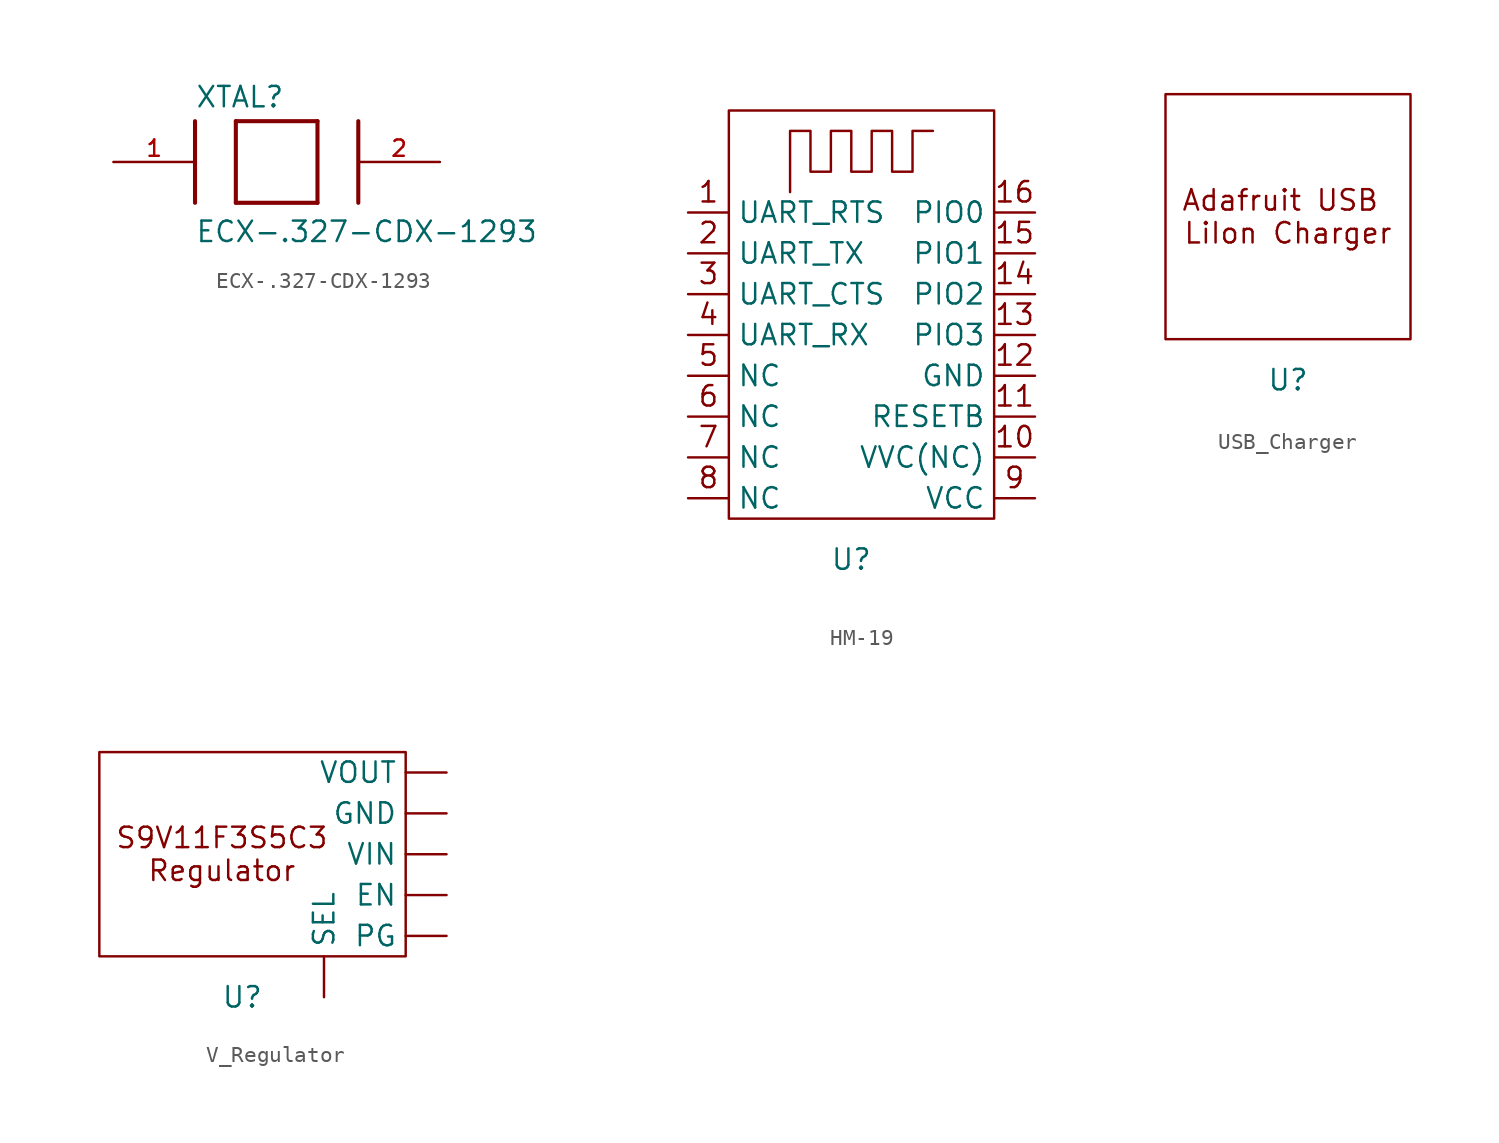
<source format=kicad_sym>
(kicad_symbol_lib
  (version 20220914)
  (generator kicad_symbol_editor)
  (symbol "ECX-.327-CDX-1293"
    (pin_names
      (offset 1.016))
    (property "Reference" "XTAL"
      (at -5.08 3.302 0)
      (effects (font (size 1.27 1.27)) (justify left bottom)))
    (property "Value" "ECX-.327-CDX-1293"
      (at -5.08 -5.08 0)
      (effects (font (size 1.27 1.27)) (justify left bottom)))
    (symbol "ECX-.327-CDX-1293_0_0"
      (polyline (pts (xy -5.08 2.54) (xy -5.08 -2.54)) (stroke (width 0.254) (type default)) (fill (type none)))
      (polyline (pts (xy -2.54 -2.54) (xy 2.54 -2.54)) (stroke (width 0.254) (type default)) (fill (type none)))
      (polyline (pts (xy -2.54 2.54) (xy -2.54 -2.54)) (stroke (width 0.254) (type default)) (fill (type none)))
      (polyline (pts (xy 2.54 -2.54) (xy 2.54 2.54)) (stroke (width 0.254) (type default)) (fill (type none)))
      (polyline (pts (xy 2.54 2.54) (xy -2.54 2.54)) (stroke (width 0.254) (type default)) (fill (type none)))
      (polyline (pts (xy 5.08 2.54) (xy 5.08 -2.54)) (stroke (width 0.254) (type default)) (fill (type none)))
      (pin passive line (at -10.16 0 0) (length 5.08) (name "~" (effects (font (size 1.016 1.016)))) (number "1" (effects (font (size 1.016 1.016)))))
      (pin passive line (at 10.16 0 180) (length 5.08) (name "~" (effects (font (size 1.016 1.016)))) (number "2" (effects (font (size 1.016 1.016)))))))
  (symbol "HM-19"
    (property "Reference" "U"
      (at -1.27 -13.97 0)
      (effects (font (size 1.27 1.27))))
    (property "Value" ""
      (at -1.27 -13.97 0)
      (effects (font (size 1.27 1.27))))
    (property "ki_locked" ""
      (at 0 0 0)
      (effects (font (size 1.27 1.27))))
    (symbol "HM-19_1_1"
      (rectangle (start -8.89 13.97) (end 7.62 -11.43) (stroke (width 0) (type default)) (fill (type none)))
      (polyline (pts (xy -5.08 8.89) (xy -5.08 12.7) (xy -3.81 12.7) (xy -3.81 10.16) (xy -2.54 10.16) (xy -2.54 12.7) (xy -1.27 12.7) (xy -1.27 10.16) (xy 0 10.16) (xy 0 12.7) (xy 1.27 12.7) (xy 1.27 10.16) (xy 2.54 10.16) (xy 2.54 12.7) (xy 3.81 12.7)) (stroke (width 0) (type default)) (fill (type none)))
      (text "1" (at -10.16 8.89 0) (effects (font (size 1.27 1.27))))
      (text "10\n" (at 8.89 -6.35 0) (effects (font (size 1.27 1.27))))
      (text "11\n" (at 8.89 -3.81 0) (effects (font (size 1.27 1.27))))
      (text "12\n" (at 8.89 -1.27 0) (effects (font (size 1.27 1.27))))
      (text "13" (at 8.89 1.27 0) (effects (font (size 1.27 1.27))))
      (text "14\n" (at 8.89 3.81 0) (effects (font (size 1.27 1.27))))
      (text "15\n" (at 8.89 6.35 0) (effects (font (size 1.27 1.27))))
      (text "16\n" (at 8.89 8.89 0) (effects (font (size 1.27 1.27))))
      (text "2" (at -10.16 6.35 0) (effects (font (size 1.27 1.27))))
      (text "3" (at -10.16 3.81 0) (effects (font (size 1.27 1.27))))
      (text "4\n" (at -10.16 1.27 0) (effects (font (size 1.27 1.27))))
      (text "5\n" (at -10.16 -1.27 0) (effects (font (size 1.27 1.27))))
      (text "6" (at -10.16 -3.81 0) (effects (font (size 1.27 1.27))))
      (text "7" (at -10.16 -6.35 0) (effects (font (size 1.27 1.27))))
      (text "8" (at -10.16 -8.89 0) (effects (font (size 1.27 1.27))))
      (text "9\n" (at 8.89 -8.89 0) (effects (font (size 1.27 1.27))))
      (pin power_out line (at 10.16 -2.54 180) (length 2.54) (name "GND" (effects (font (size 1.27 1.27)))) (number "" (effects (font (size 1.27 1.27)))))
      (pin input line (at -11.43 -10.16 0) (length 2.54) (name "NC" (effects (font (size 1.27 1.27)))) (number "" (effects (font (size 1.27 1.27)))))
      (pin input line (at -11.43 -7.62 0) (length 2.54) (name "NC" (effects (font (size 1.27 1.27)))) (number "" (effects (font (size 1.27 1.27)))))
      (pin input line (at -11.43 -5.08 0) (length 2.54) (name "NC" (effects (font (size 1.27 1.27)))) (number "" (effects (font (size 1.27 1.27)))))
      (pin input line (at -11.43 -2.54 0) (length 2.54) (name "NC" (effects (font (size 1.27 1.27)))) (number "" (effects (font (size 1.27 1.27)))))
      (pin bidirectional line (at 10.16 7.62 180) (length 2.54) (name "PIO0" (effects (font (size 1.27 1.27)))) (number "" (effects (font (size 1.27 1.27)))))
      (pin bidirectional line (at 10.16 5.08 180) (length 2.54) (name "PIO1" (effects (font (size 1.27 1.27)))) (number "" (effects (font (size 1.27 1.27)))))
      (pin bidirectional line (at 10.16 2.54 180) (length 2.54) (name "PIO2" (effects (font (size 1.27 1.27)))) (number "" (effects (font (size 1.27 1.27)))))
      (pin bidirectional line (at 10.16 0 180) (length 2.54) (name "PIO3" (effects (font (size 1.27 1.27)))) (number "" (effects (font (size 1.27 1.27)))))
      (pin free line (at 10.16 -5.08 180) (length 2.54) (name "RESETB" (effects (font (size 1.27 1.27)))) (number "" (effects (font (size 1.27 1.27)))))
      (pin input line (at -11.43 2.54 0) (length 2.54) (name "UART_CTS" (effects (font (size 1.27 1.27)))) (number "" (effects (font (size 1.27 1.27)))))
      (pin input line (at -11.43 7.62 0) (length 2.54) (name "UART_RTS" (effects (font (size 1.27 1.27)))) (number "" (effects (font (size 1.27 1.27)))))
      (pin input line (at -11.43 0 0) (length 2.54) (name "UART_RX" (effects (font (size 1.27 1.27)))) (number "" (effects (font (size 1.27 1.27)))))
      (pin output line (at -11.43 5.08 0) (length 2.54) (name "UART_TX" (effects (font (size 1.27 1.27)))) (number "" (effects (font (size 1.27 1.27)))))
      (pin power_in line (at 10.16 -10.16 180) (length 2.54) (name "VCC" (effects (font (size 1.27 1.27)))) (number "" (effects (font (size 1.27 1.27)))))
      (pin power_in line (at 10.16 -7.62 180) (length 2.54) (name "VVC(NC)" (effects (font (size 1.27 1.27)))) (number "" (effects (font (size 1.27 1.27)))))))
  (symbol "USB_Charger"
    (property "Reference" "U"
      (at 0 -1.27 0)
      (effects (font (size 1.27 1.27))))
    (property "Value" ""
      (at 0 0 0)
      (effects (font (size 1.27 1.27))))
    (symbol "USB_Charger_0_1"
      (rectangle (start -7.62 16.51) (end 7.62 1.27) (stroke (width 0) (type default)) (fill (type none))))
    (symbol "USB_Charger_1_1"
      (text "Adafruit USB \nLiIon Charger" (at 0 8.89 0) (effects (font (size 1.27 1.27))))))
  (symbol "V_Regulator"
    (property "Reference" "U"
      (at 0 -2.54 0)
      (effects (font (size 1.27 1.27))))
    (property "Value" ""
      (at 11.43 8.89 90)
      (effects (font (size 1.27 1.27))))
    (symbol "V_Regulator_0_1"
      (rectangle (start -8.89 12.7) (end 10.16 0) (stroke (width 0) (type default)) (fill (type none))))
    (symbol "V_Regulator_1_1"
      (text "S9V11F3S5C3\nRegulator" (at -1.27 6.35 0) (effects (font (size 1.27 1.27))))
      (pin bidirectional line (at 12.7 3.81 180) (length 2.54) (name "EN" (effects (font (size 1.27 1.27)))) (number "" (effects (font (size 1.27 1.27)))))
      (pin bidirectional line (at 12.7 8.89 180) (length 2.54) (name "GND" (effects (font (size 1.27 1.27)))) (number "" (effects (font (size 1.27 1.27)))))
      (pin bidirectional line (at 12.7 1.27 180) (length 2.54) (name "PG" (effects (font (size 1.27 1.27)))) (number "" (effects (font (size 1.27 1.27)))))
      (pin bidirectional line (at 5.08 -2.54 90) (length 2.54) (name "SEL" (effects (font (size 1.27 1.27)))) (number "" (effects (font (size 1.27 1.27)))))
      (pin bidirectional line (at 12.7 6.35 180) (length 2.54) (name "VIN" (effects (font (size 1.27 1.27)))) (number "" (effects (font (size 1.27 1.27)))))
      (pin bidirectional line (at 12.7 11.43 180) (length 2.54) (name "VOUT" (effects (font (size 1.27 1.27)))) (number "" (effects (font (size 1.27 1.27))))))))
</source>
